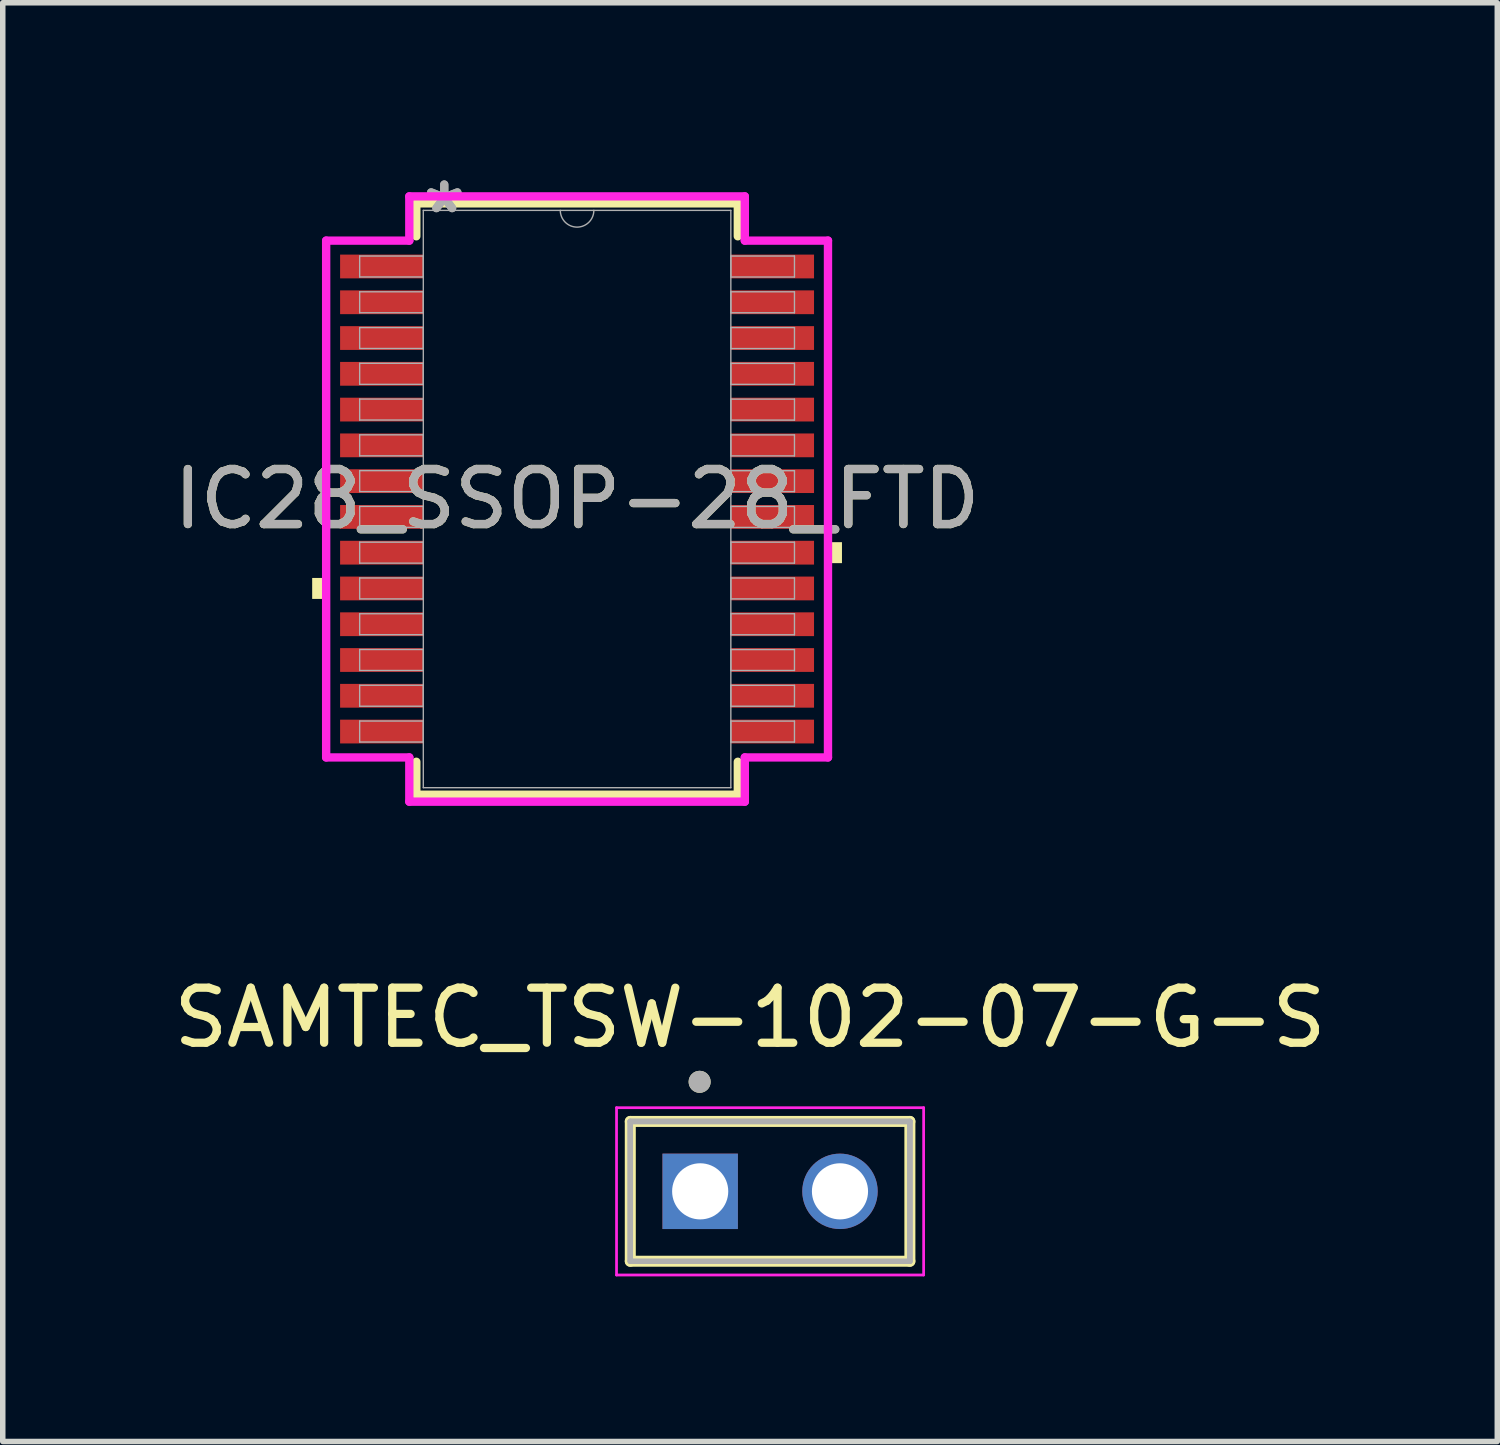
<source format=kicad_pcb>
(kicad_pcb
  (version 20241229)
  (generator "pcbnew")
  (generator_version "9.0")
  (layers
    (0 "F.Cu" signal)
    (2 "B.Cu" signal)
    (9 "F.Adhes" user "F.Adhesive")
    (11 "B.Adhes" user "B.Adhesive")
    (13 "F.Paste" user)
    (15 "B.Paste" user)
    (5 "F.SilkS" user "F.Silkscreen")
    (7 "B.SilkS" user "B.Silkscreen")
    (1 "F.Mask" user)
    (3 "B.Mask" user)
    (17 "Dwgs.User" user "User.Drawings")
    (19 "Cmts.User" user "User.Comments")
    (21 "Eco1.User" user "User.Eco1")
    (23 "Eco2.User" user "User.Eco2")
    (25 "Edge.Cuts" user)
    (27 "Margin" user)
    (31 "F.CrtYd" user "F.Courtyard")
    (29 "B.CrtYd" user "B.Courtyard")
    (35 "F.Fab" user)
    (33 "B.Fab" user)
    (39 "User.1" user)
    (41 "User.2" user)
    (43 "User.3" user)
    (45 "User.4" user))
  (footprint "SAMTEC_TSW-102-07-G-S"
    (layer "F.Cu")
    (at 10.942 18.596)
    (property "Reference" "SAMTEC_TSW-102-07-G-S" (at -0.365 -3.155 0) (layer "F.SilkS") (effects (font (size 1 1) (thickness 0.15))))
    (attr through_hole)
    (fp_line (start -2.54 1.27) (end -2.54 -1.27) (stroke (width 0.2) (type solid)) (layer "F.SilkS"))
    (fp_line (start 2.54 -1.27) (end -2.54 -1.27) (stroke (width 0.2) (type solid)) (layer "F.SilkS"))
    (fp_line (start 2.54 -1.27) (end 2.54 1.27) (stroke (width 0.2) (type solid)) (layer "F.SilkS"))
    (fp_line (start 2.54 1.27) (end -2.54 1.27) (stroke (width 0.2) (type solid)) (layer "F.SilkS"))
    (fp_circle (center -1.28 -1.99) (end -1.18 -1.99) (stroke (width 0.2) (type solid)) (fill no) (layer "F.SilkS"))
    (fp_line (start -2.79 -1.52) (end 2.79 -1.52) (stroke (width 0.05) (type solid)) (layer "F.CrtYd"))
    (fp_line (start -2.79 1.52) (end -2.79 -1.52) (stroke (width 0.05) (type solid)) (layer "F.CrtYd"))
    (fp_line (start 2.79 -1.52) (end 2.79 1.52) (stroke (width 0.05) (type solid)) (layer "F.CrtYd"))
    (fp_line (start 2.79 1.52) (end -2.79 1.52) (stroke (width 0.05) (type solid)) (layer "F.CrtYd"))
    (fp_line (start -2.54 -1.27) (end 2.54 -1.27) (stroke (width 0.1) (type solid)) (layer "F.Fab"))
    (fp_line (start -2.54 -1.27) (end 2.54 -1.27) (stroke (width 0.1) (type solid)) (layer "F.Fab"))
    (fp_line (start -2.54 1.27) (end -2.54 -1.27) (stroke (width 0.1) (type solid)) (layer "F.Fab"))
    (fp_line (start -2.54 1.27) (end -2.54 -1.27) (stroke (width 0.1) (type solid)) (layer "F.Fab"))
    (fp_line (start 2.54 -1.27) (end 2.54 1.27) (stroke (width 0.1) (type solid)) (layer "F.Fab"))
    (fp_line (start 2.54 -1.27) (end 2.54 1.27) (stroke (width 0.1) (type solid)) (layer "F.Fab"))
    (fp_line (start 2.54 1.27) (end -2.54 1.27) (stroke (width 0.1) (type solid)) (layer "F.Fab"))
    (fp_circle (center -1.28 -1.99) (end -1.18 -1.99) (stroke (width 0.2) (type solid)) (fill no) (layer "F.Fab"))
    (pad "01" thru_hole rect (at -1.27 0) (size 1.37 1.37) (drill 1.02) (layers "*.Cu" "*.Mask"))
    (pad "02" thru_hole circle (at 1.27 0) (size 1.37 1.37) (drill 1.02) (layers "*.Cu" "*.Mask")))
  (footprint "IC28_SSOP-28_FTD"
    (layer "F.Cu")
    (at 7.435 6.017)
    (property "Reference" "IC28_SSOP-28_FTD" (at 0 0 0) (unlocked yes) (layer "F.SilkS") (effects (font (size 1 1) (thickness 0.15))))
    (attr smd)
    (fp_line (start -2.921 -5.372) (end -2.921 -4.774) (stroke (width 0.152) (type solid)) (layer "F.SilkS"))
    (fp_line (start -2.921 4.774) (end -2.921 5.372) (stroke (width 0.152) (type solid)) (layer "F.SilkS"))
    (fp_line (start -2.921 5.372) (end 2.921 5.372) (stroke (width 0.152) (type solid)) (layer "F.SilkS"))
    (fp_line (start 2.921 -5.372) (end -2.921 -5.372) (stroke (width 0.152) (type solid)) (layer "F.SilkS"))
    (fp_line (start 2.921 -4.774) (end 2.921 -5.372) (stroke (width 0.152) (type solid)) (layer "F.SilkS"))
    (fp_line (start 2.921 5.372) (end 2.921 4.774) (stroke (width 0.152) (type solid)) (layer "F.SilkS"))
    (fp_poly (pts (xy -4.813 1.434) (xy -4.813 1.815) (xy -4.559 1.815) (xy -4.559 1.434)) (stroke (width 0) (type solid)) (fill yes) (layer "F.SilkS"))
    (fp_poly (pts (xy 4.813 0.784) (xy 4.813 1.165) (xy 4.559 1.165) (xy 4.559 0.784)) (stroke (width 0) (type solid)) (fill yes) (layer "F.SilkS"))
    (fp_line (start -4.559 -4.695) (end -3.048 -4.695) (stroke (width 0.152) (type solid)) (layer "F.CrtYd"))
    (fp_line (start -4.559 4.695) (end -4.559 -4.695) (stroke (width 0.152) (type solid)) (layer "F.CrtYd"))
    (fp_line (start -4.559 4.695) (end -3.048 4.695) (stroke (width 0.152) (type solid)) (layer "F.CrtYd"))
    (fp_line (start -3.048 -5.499) (end 3.048 -5.499) (stroke (width 0.152) (type solid)) (layer "F.CrtYd"))
    (fp_line (start -3.048 -4.695) (end -3.048 -5.499) (stroke (width 0.152) (type solid)) (layer "F.CrtYd"))
    (fp_line (start -3.048 5.499) (end -3.048 4.695) (stroke (width 0.152) (type solid)) (layer "F.CrtYd"))
    (fp_line (start 3.048 -5.499) (end 3.048 -4.695) (stroke (width 0.152) (type solid)) (layer "F.CrtYd"))
    (fp_line (start 3.048 4.695) (end 3.048 5.499) (stroke (width 0.152) (type solid)) (layer "F.CrtYd"))
    (fp_line (start 3.048 5.499) (end -3.048 5.499) (stroke (width 0.152) (type solid)) (layer "F.CrtYd"))
    (fp_line (start 4.559 -4.695) (end 3.048 -4.695) (stroke (width 0.152) (type solid)) (layer "F.CrtYd"))
    (fp_line (start 4.559 -4.695) (end 4.559 4.695) (stroke (width 0.152) (type solid)) (layer "F.CrtYd"))
    (fp_line (start 4.559 4.695) (end 3.048 4.695) (stroke (width 0.152) (type solid)) (layer "F.CrtYd"))
    (fp_line (start -3.95 -4.415) (end -3.95 -4.035) (stroke (width 0.025) (type solid)) (layer "F.Fab"))
    (fp_line (start -3.95 -4.035) (end -2.794 -4.035) (stroke (width 0.025) (type solid)) (layer "F.Fab"))
    (fp_line (start -3.95 -3.765) (end -3.95 -3.385) (stroke (width 0.025) (type solid)) (layer "F.Fab"))
    (fp_line (start -3.95 -3.385) (end -2.794 -3.385) (stroke (width 0.025) (type solid)) (layer "F.Fab"))
    (fp_line (start -3.95 -3.115) (end -3.95 -2.735) (stroke (width 0.025) (type solid)) (layer "F.Fab"))
    (fp_line (start -3.95 -2.735) (end -2.794 -2.735) (stroke (width 0.025) (type solid)) (layer "F.Fab"))
    (fp_line (start -3.95 -2.466) (end -3.95 -2.084) (stroke (width 0.025) (type solid)) (layer "F.Fab"))
    (fp_line (start -3.95 -2.084) (end -2.794 -2.084) (stroke (width 0.025) (type solid)) (layer "F.Fab"))
    (fp_line (start -3.95 -1.816) (end -3.95 -1.435) (stroke (width 0.025) (type solid)) (layer "F.Fab"))
    (fp_line (start -3.95 -1.435) (end -2.794 -1.435) (stroke (width 0.025) (type solid)) (layer "F.Fab"))
    (fp_line (start -3.95 -1.166) (end -3.95 -0.785) (stroke (width 0.025) (type solid)) (layer "F.Fab"))
    (fp_line (start -3.95 -0.785) (end -2.794 -0.785) (stroke (width 0.025) (type solid)) (layer "F.Fab"))
    (fp_line (start -3.95 -0.516) (end -3.95 -0.135) (stroke (width 0.025) (type solid)) (layer "F.Fab"))
    (fp_line (start -3.95 -0.135) (end -2.794 -0.135) (stroke (width 0.025) (type solid)) (layer "F.Fab"))
    (fp_line (start -3.95 0.134) (end -3.95 0.515) (stroke (width 0.025) (type solid)) (layer "F.Fab"))
    (fp_line (start -3.95 0.515) (end -2.794 0.515) (stroke (width 0.025) (type solid)) (layer "F.Fab"))
    (fp_line (start -3.95 0.784) (end -3.95 1.165) (stroke (width 0.025) (type solid)) (layer "F.Fab"))
    (fp_line (start -3.95 1.165) (end -2.794 1.165) (stroke (width 0.025) (type solid)) (layer "F.Fab"))
    (fp_line (start -3.95 1.434) (end -3.95 1.815) (stroke (width 0.025) (type solid)) (layer "F.Fab"))
    (fp_line (start -3.95 1.815) (end -2.794 1.815) (stroke (width 0.025) (type solid)) (layer "F.Fab"))
    (fp_line (start -3.95 2.084) (end -3.95 2.465) (stroke (width 0.025) (type solid)) (layer "F.Fab"))
    (fp_line (start -3.95 2.465) (end -2.794 2.465) (stroke (width 0.025) (type solid)) (layer "F.Fab"))
    (fp_line (start -3.95 2.734) (end -3.95 3.115) (stroke (width 0.025) (type solid)) (layer "F.Fab"))
    (fp_line (start -3.95 3.115) (end -2.794 3.115) (stroke (width 0.025) (type solid)) (layer "F.Fab"))
    (fp_line (start -3.95 3.384) (end -3.95 3.765) (stroke (width 0.025) (type solid)) (layer "F.Fab"))
    (fp_line (start -3.95 3.765) (end -2.794 3.765) (stroke (width 0.025) (type solid)) (layer "F.Fab"))
    (fp_line (start -3.95 4.034) (end -3.95 4.415) (stroke (width 0.025) (type solid)) (layer "F.Fab"))
    (fp_line (start -3.95 4.415) (end -2.794 4.415) (stroke (width 0.025) (type solid)) (layer "F.Fab"))
    (fp_line (start -2.794 -5.245) (end -2.794 5.245) (stroke (width 0.025) (type solid)) (layer "F.Fab"))
    (fp_line (start -2.794 -4.415) (end -3.95 -4.415) (stroke (width 0.025) (type solid)) (layer "F.Fab"))
    (fp_line (start -2.794 -4.035) (end -2.794 -4.415) (stroke (width 0.025) (type solid)) (layer "F.Fab"))
    (fp_line (start -2.794 -3.765) (end -3.95 -3.765) (stroke (width 0.025) (type solid)) (layer "F.Fab"))
    (fp_line (start -2.794 -3.385) (end -2.794 -3.765) (stroke (width 0.025) (type solid)) (layer "F.Fab"))
    (fp_line (start -2.794 -3.115) (end -3.95 -3.115) (stroke (width 0.025) (type solid)) (layer "F.Fab"))
    (fp_line (start -2.794 -2.735) (end -2.794 -3.115) (stroke (width 0.025) (type solid)) (layer "F.Fab"))
    (fp_line (start -2.794 -2.466) (end -3.95 -2.466) (stroke (width 0.025) (type solid)) (layer "F.Fab"))
    (fp_line (start -2.794 -2.084) (end -2.794 -2.466) (stroke (width 0.025) (type solid)) (layer "F.Fab"))
    (fp_line (start -2.794 -1.816) (end -3.95 -1.816) (stroke (width 0.025) (type solid)) (layer "F.Fab"))
    (fp_line (start -2.794 -1.435) (end -2.794 -1.816) (stroke (width 0.025) (type solid)) (layer "F.Fab"))
    (fp_line (start -2.794 -1.166) (end -3.95 -1.166) (stroke (width 0.025) (type solid)) (layer "F.Fab"))
    (fp_line (start -2.794 -0.785) (end -2.794 -1.166) (stroke (width 0.025) (type solid)) (layer "F.Fab"))
    (fp_line (start -2.794 -0.516) (end -3.95 -0.516) (stroke (width 0.025) (type solid)) (layer "F.Fab"))
    (fp_line (start -2.794 -0.135) (end -2.794 -0.516) (stroke (width 0.025) (type solid)) (layer "F.Fab"))
    (fp_line (start -2.794 0.134) (end -3.95 0.134) (stroke (width 0.025) (type solid)) (layer "F.Fab"))
    (fp_line (start -2.794 0.515) (end -2.794 0.134) (stroke (width 0.025) (type solid)) (layer "F.Fab"))
    (fp_line (start -2.794 0.784) (end -3.95 0.784) (stroke (width 0.025) (type solid)) (layer "F.Fab"))
    (fp_line (start -2.794 1.165) (end -2.794 0.784) (stroke (width 0.025) (type solid)) (layer "F.Fab"))
    (fp_line (start -2.794 1.434) (end -3.95 1.434) (stroke (width 0.025) (type solid)) (layer "F.Fab"))
    (fp_line (start -2.794 1.815) (end -2.794 1.434) (stroke (width 0.025) (type solid)) (layer "F.Fab"))
    (fp_line (start -2.794 2.084) (end -3.95 2.084) (stroke (width 0.025) (type solid)) (layer "F.Fab"))
    (fp_line (start -2.794 2.465) (end -2.794 2.084) (stroke (width 0.025) (type solid)) (layer "F.Fab"))
    (fp_line (start -2.794 2.734) (end -3.95 2.734) (stroke (width 0.025) (type solid)) (layer "F.Fab"))
    (fp_line (start -2.794 3.115) (end -2.794 2.734) (stroke (width 0.025) (type solid)) (layer "F.Fab"))
    (fp_line (start -2.794 3.384) (end -3.95 3.384) (stroke (width 0.025) (type solid)) (layer "F.Fab"))
    (fp_line (start -2.794 3.765) (end -2.794 3.384) (stroke (width 0.025) (type solid)) (layer "F.Fab"))
    (fp_line (start -2.794 4.034) (end -3.95 4.034) (stroke (width 0.025) (type solid)) (layer "F.Fab"))
    (fp_line (start -2.794 4.415) (end -2.794 4.034) (stroke (width 0.025) (type solid)) (layer "F.Fab"))
    (fp_line (start -2.794 5.245) (end 2.794 5.245) (stroke (width 0.025) (type solid)) (layer "F.Fab"))
    (fp_line (start 2.794 -5.245) (end -2.794 -5.245) (stroke (width 0.025) (type solid)) (layer "F.Fab"))
    (fp_line (start 2.794 -4.415) (end 2.794 -4.034) (stroke (width 0.025) (type solid)) (layer "F.Fab"))
    (fp_line (start 2.794 -4.034) (end 3.95 -4.034) (stroke (width 0.025) (type solid)) (layer "F.Fab"))
    (fp_line (start 2.794 -3.765) (end 2.794 -3.384) (stroke (width 0.025) (type solid)) (layer "F.Fab"))
    (fp_line (start 2.794 -3.384) (end 3.95 -3.384) (stroke (width 0.025) (type solid)) (layer "F.Fab"))
    (fp_line (start 2.794 -3.115) (end 2.794 -2.734) (stroke (width 0.025) (type solid)) (layer "F.Fab"))
    (fp_line (start 2.794 -2.734) (end 3.95 -2.734) (stroke (width 0.025) (type solid)) (layer "F.Fab"))
    (fp_line (start 2.794 -2.465) (end 2.794 -2.084) (stroke (width 0.025) (type solid)) (layer "F.Fab"))
    (fp_line (start 2.794 -2.084) (end 3.95 -2.084) (stroke (width 0.025) (type solid)) (layer "F.Fab"))
    (fp_line (start 2.794 -1.815) (end 2.794 -1.434) (stroke (width 0.025) (type solid)) (layer "F.Fab"))
    (fp_line (start 2.794 -1.434) (end 3.95 -1.434) (stroke (width 0.025) (type solid)) (layer "F.Fab"))
    (fp_line (start 2.794 -1.165) (end 2.794 -0.784) (stroke (width 0.025) (type solid)) (layer "F.Fab"))
    (fp_line (start 2.794 -0.784) (end 3.95 -0.784) (stroke (width 0.025) (type solid)) (layer "F.Fab"))
    (fp_line (start 2.794 -0.515) (end 2.794 -0.134) (stroke (width 0.025) (type solid)) (layer "F.Fab"))
    (fp_line (start 2.794 -0.134) (end 3.95 -0.134) (stroke (width 0.025) (type solid)) (layer "F.Fab"))
    (fp_line (start 2.794 0.135) (end 2.794 0.516) (stroke (width 0.025) (type solid)) (layer "F.Fab"))
    (fp_line (start 2.794 0.516) (end 3.95 0.516) (stroke (width 0.025) (type solid)) (layer "F.Fab"))
    (fp_line (start 2.794 0.784) (end 2.794 1.165) (stroke (width 0.025) (type solid)) (layer "F.Fab"))
    (fp_line (start 2.794 1.165) (end 3.95 1.165) (stroke (width 0.025) (type solid)) (layer "F.Fab"))
    (fp_line (start 2.794 1.435) (end 2.794 1.815) (stroke (width 0.025) (type solid)) (layer "F.Fab"))
    (fp_line (start 2.794 1.815) (end 3.95 1.815) (stroke (width 0.025) (type solid)) (layer "F.Fab"))
    (fp_line (start 2.794 2.084) (end 2.794 2.466) (stroke (width 0.025) (type solid)) (layer "F.Fab"))
    (fp_line (start 2.794 2.466) (end 3.95 2.466) (stroke (width 0.025) (type solid)) (layer "F.Fab"))
    (fp_line (start 2.794 2.735) (end 2.794 3.115) (stroke (width 0.025) (type solid)) (layer "F.Fab"))
    (fp_line (start 2.794 3.115) (end 3.95 3.115) (stroke (width 0.025) (type solid)) (layer "F.Fab"))
    (fp_line (start 2.794 3.385) (end 2.794 3.765) (stroke (width 0.025) (type solid)) (layer "F.Fab"))
    (fp_line (start 2.794 3.765) (end 3.95 3.765) (stroke (width 0.025) (type solid)) (layer "F.Fab"))
    (fp_line (start 2.794 4.035) (end 2.794 4.415) (stroke (width 0.025) (type solid)) (layer "F.Fab"))
    (fp_line (start 2.794 4.415) (end 3.95 4.415) (stroke (width 0.025) (type solid)) (layer "F.Fab"))
    (fp_line (start 2.794 5.245) (end 2.794 -5.245) (stroke (width 0.025) (type solid)) (layer "F.Fab"))
    (fp_line (start 3.95 -4.415) (end 2.794 -4.415) (stroke (width 0.025) (type solid)) (layer "F.Fab"))
    (fp_line (start 3.95 -4.034) (end 3.95 -4.415) (stroke (width 0.025) (type solid)) (layer "F.Fab"))
    (fp_line (start 3.95 -3.765) (end 2.794 -3.765) (stroke (width 0.025) (type solid)) (layer "F.Fab"))
    (fp_line (start 3.95 -3.384) (end 3.95 -3.765) (stroke (width 0.025) (type solid)) (layer "F.Fab"))
    (fp_line (start 3.95 -3.115) (end 2.794 -3.115) (stroke (width 0.025) (type solid)) (layer "F.Fab"))
    (fp_line (start 3.95 -2.734) (end 3.95 -3.115) (stroke (width 0.025) (type solid)) (layer "F.Fab"))
    (fp_line (start 3.95 -2.465) (end 2.794 -2.465) (stroke (width 0.025) (type solid)) (layer "F.Fab"))
    (fp_line (start 3.95 -2.084) (end 3.95 -2.465) (stroke (width 0.025) (type solid)) (layer "F.Fab"))
    (fp_line (start 3.95 -1.815) (end 2.794 -1.815) (stroke (width 0.025) (type solid)) (layer "F.Fab"))
    (fp_line (start 3.95 -1.434) (end 3.95 -1.815) (stroke (width 0.025) (type solid)) (layer "F.Fab"))
    (fp_line (start 3.95 -1.165) (end 2.794 -1.165) (stroke (width 0.025) (type solid)) (layer "F.Fab"))
    (fp_line (start 3.95 -0.784) (end 3.95 -1.165) (stroke (width 0.025) (type solid)) (layer "F.Fab"))
    (fp_line (start 3.95 -0.515) (end 2.794 -0.515) (stroke (width 0.025) (type solid)) (layer "F.Fab"))
    (fp_line (start 3.95 -0.134) (end 3.95 -0.515) (stroke (width 0.025) (type solid)) (layer "F.Fab"))
    (fp_line (start 3.95 0.135) (end 2.794 0.135) (stroke (width 0.025) (type solid)) (layer "F.Fab"))
    (fp_line (start 3.95 0.516) (end 3.95 0.135) (stroke (width 0.025) (type solid)) (layer "F.Fab"))
    (fp_line (start 3.95 0.784) (end 2.794 0.784) (stroke (width 0.025) (type solid)) (layer "F.Fab"))
    (fp_line (start 3.95 1.165) (end 3.95 0.784) (stroke (width 0.025) (type solid)) (layer "F.Fab"))
    (fp_line (start 3.95 1.435) (end 2.794 1.435) (stroke (width 0.025) (type solid)) (layer "F.Fab"))
    (fp_line (start 3.95 1.815) (end 3.95 1.435) (stroke (width 0.025) (type solid)) (layer "F.Fab"))
    (fp_line (start 3.95 2.084) (end 2.794 2.084) (stroke (width 0.025) (type solid)) (layer "F.Fab"))
    (fp_line (start 3.95 2.466) (end 3.95 2.084) (stroke (width 0.025) (type solid)) (layer "F.Fab"))
    (fp_line (start 3.95 2.735) (end 2.794 2.735) (stroke (width 0.025) (type solid)) (layer "F.Fab"))
    (fp_line (start 3.95 3.115) (end 3.95 2.735) (stroke (width 0.025) (type solid)) (layer "F.Fab"))
    (fp_line (start 3.95 3.385) (end 2.794 3.385) (stroke (width 0.025) (type solid)) (layer "F.Fab"))
    (fp_line (start 3.95 3.765) (end 3.95 3.385) (stroke (width 0.025) (type solid)) (layer "F.Fab"))
    (fp_line (start 3.95 4.035) (end 2.794 4.035) (stroke (width 0.025) (type solid)) (layer "F.Fab"))
    (fp_line (start 3.95 4.415) (end 3.95 4.035) (stroke (width 0.025) (type solid)) (layer "F.Fab"))
    (fp_arc (start 0.3048 -5.2451) (mid 0 -4.9403) (end -0.3048 -5.2451) (stroke (width 0.0254) (type solid)) (layer "F.Fab"))
    (fp_text user "*" (at -2.413 -5.169 0) (layer "F.Fab") (effects (font (size 1 1) (thickness 0.15))))
    (fp_text user "${REFERENCE}" (at 0 0 0) (unlocked yes) (layer "F.Fab") (effects (font (size 1 1) (thickness 0.15))))
    (fp_text user "*" (at -2.413 -5.169 0) (unlocked yes) (layer "F.Fab") (effects (font (size 1 1) (thickness 0.15))))
    (pad "1" smd rect (at -3.55 -4.225) (size 1.511 0.432) (layers "F.Cu" "F.Mask" "F.Paste"))
    (pad "2" smd rect (at -3.55 -3.575) (size 1.511 0.432) (layers "F.Cu" "F.Mask" "F.Paste"))
    (pad "3" smd rect (at -3.55 -2.925) (size 1.511 0.432) (layers "F.Cu" "F.Mask" "F.Paste"))
    (pad "4" smd rect (at -3.55 -2.275) (size 1.511 0.432) (layers "F.Cu" "F.Mask" "F.Paste"))
    (pad "5" smd rect (at -3.55 -1.625) (size 1.511 0.432) (layers "F.Cu" "F.Mask" "F.Paste"))
    (pad "6" smd rect (at -3.55 -0.975) (size 1.511 0.432) (layers "F.Cu" "F.Mask" "F.Paste"))
    (pad "7" smd rect (at -3.55 -0.325) (size 1.511 0.432) (layers "F.Cu" "F.Mask" "F.Paste"))
    (pad "8" smd rect (at -3.55 0.325) (size 1.511 0.432) (layers "F.Cu" "F.Mask" "F.Paste"))
    (pad "9" smd rect (at -3.55 0.975) (size 1.511 0.432) (layers "F.Cu" "F.Mask" "F.Paste"))
    (pad "10" smd rect (at -3.55 1.625) (size 1.511 0.432) (layers "F.Cu" "F.Mask" "F.Paste"))
    (pad "11" smd rect (at -3.55 2.275) (size 1.511 0.432) (layers "F.Cu" "F.Mask" "F.Paste"))
    (pad "12" smd rect (at -3.55 2.925) (size 1.511 0.432) (layers "F.Cu" "F.Mask" "F.Paste"))
    (pad "13" smd rect (at -3.55 3.575) (size 1.511 0.432) (layers "F.Cu" "F.Mask" "F.Paste"))
    (pad "14" smd rect (at -3.55 4.225) (size 1.511 0.432) (layers "F.Cu" "F.Mask" "F.Paste"))
    (pad "15" smd rect (at 3.55 4.225) (size 1.511 0.432) (layers "F.Cu" "F.Mask" "F.Paste"))
    (pad "16" smd rect (at 3.55 3.575) (size 1.511 0.432) (layers "F.Cu" "F.Mask" "F.Paste"))
    (pad "17" smd rect (at 3.55 2.925) (size 1.511 0.432) (layers "F.Cu" "F.Mask" "F.Paste"))
    (pad "18" smd rect (at 3.55 2.275) (size 1.511 0.432) (layers "F.Cu" "F.Mask" "F.Paste"))
    (pad "19" smd rect (at 3.55 1.625) (size 1.511 0.432) (layers "F.Cu" "F.Mask" "F.Paste"))
    (pad "20" smd rect (at 3.55 0.975) (size 1.511 0.432) (layers "F.Cu" "F.Mask" "F.Paste"))
    (pad "21" smd rect (at 3.55 0.325) (size 1.511 0.432) (layers "F.Cu" "F.Mask" "F.Paste"))
    (pad "22" smd rect (at 3.55 -0.325) (size 1.511 0.432) (layers "F.Cu" "F.Mask" "F.Paste"))
    (pad "23" smd rect (at 3.55 -0.975) (size 1.511 0.432) (layers "F.Cu" "F.Mask" "F.Paste"))
    (pad "24" smd rect (at 3.55 -1.625) (size 1.511 0.432) (layers "F.Cu" "F.Mask" "F.Paste"))
    (pad "25" smd rect (at 3.55 -2.275) (size 1.511 0.432) (layers "F.Cu" "F.Mask" "F.Paste"))
    (pad "26" smd rect (at 3.55 -2.925) (size 1.511 0.432) (layers "F.Cu" "F.Mask" "F.Paste"))
    (pad "27" smd rect (at 3.55 -3.575) (size 1.511 0.432) (layers "F.Cu" "F.Mask" "F.Paste"))
    (pad "28" smd rect (at 3.55 -4.225) (size 1.511 0.432) (layers "F.Cu" "F.Mask" "F.Paste")))
  (gr_rect
    (start -3 -3)
    (end 24.155 23.141)
    (stroke (width 0.1) (type default))
    (fill no)
    (layer "Edge.Cuts")))
</source>
